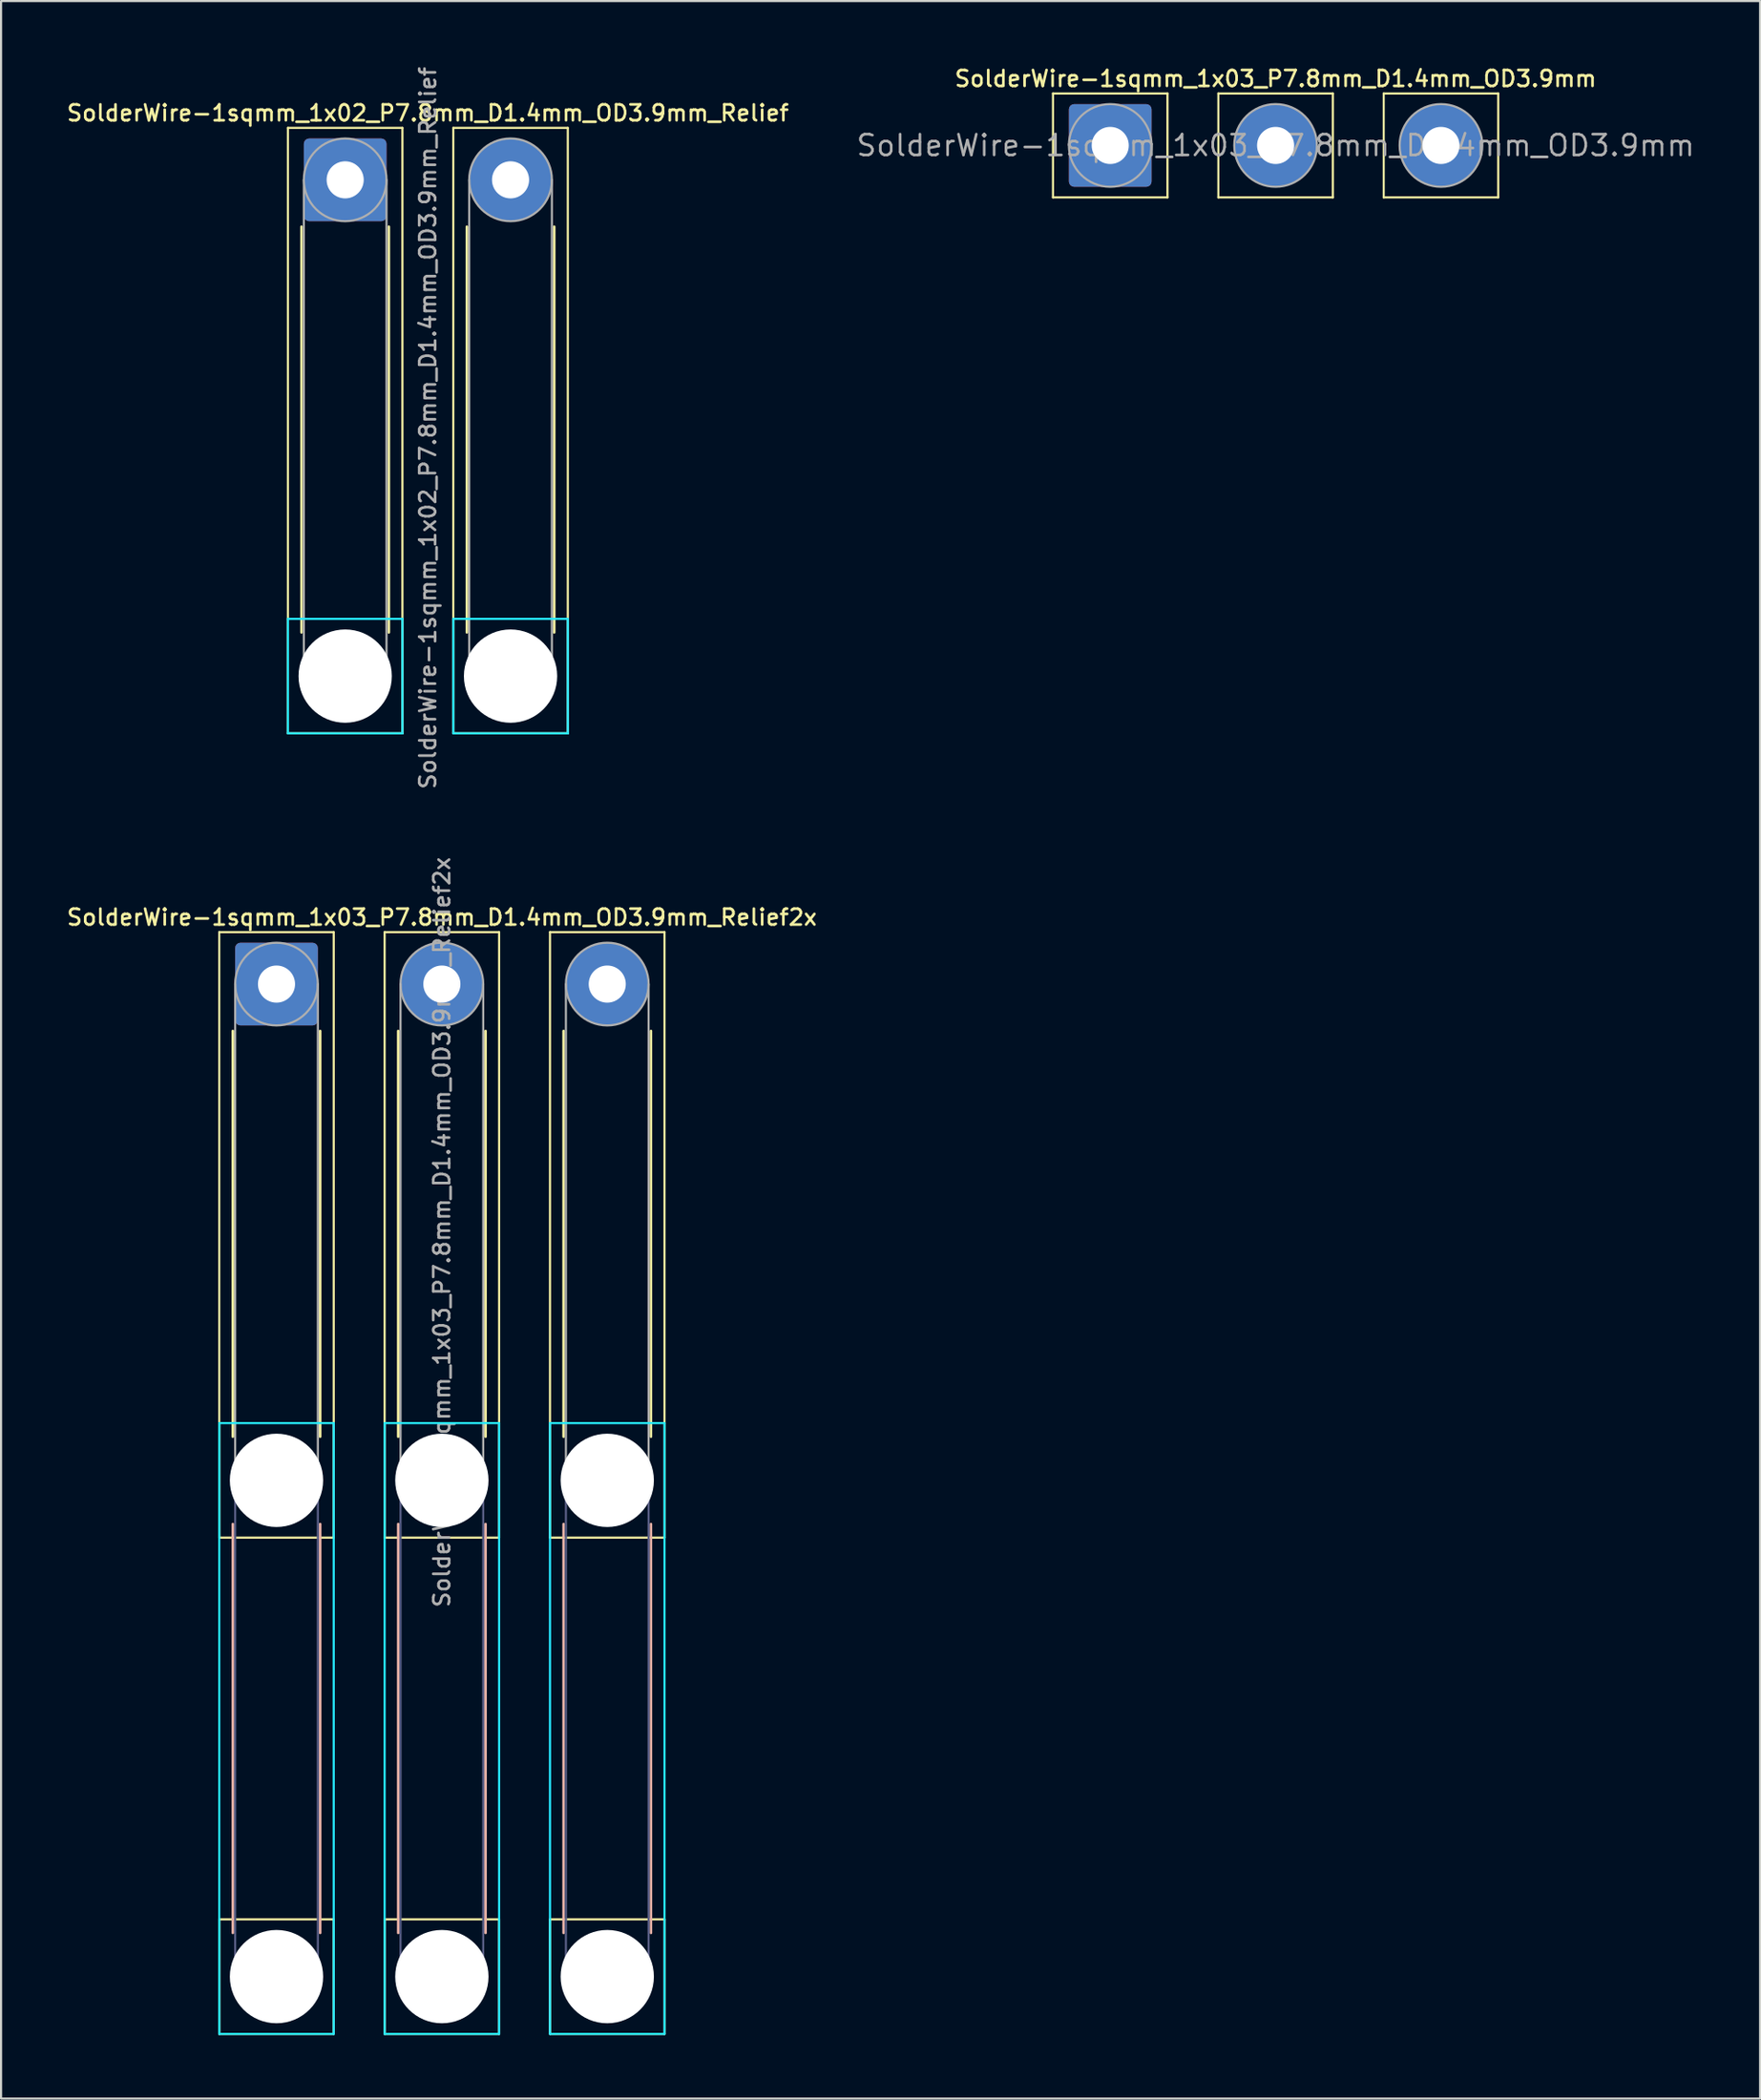
<source format=kicad_pcb>
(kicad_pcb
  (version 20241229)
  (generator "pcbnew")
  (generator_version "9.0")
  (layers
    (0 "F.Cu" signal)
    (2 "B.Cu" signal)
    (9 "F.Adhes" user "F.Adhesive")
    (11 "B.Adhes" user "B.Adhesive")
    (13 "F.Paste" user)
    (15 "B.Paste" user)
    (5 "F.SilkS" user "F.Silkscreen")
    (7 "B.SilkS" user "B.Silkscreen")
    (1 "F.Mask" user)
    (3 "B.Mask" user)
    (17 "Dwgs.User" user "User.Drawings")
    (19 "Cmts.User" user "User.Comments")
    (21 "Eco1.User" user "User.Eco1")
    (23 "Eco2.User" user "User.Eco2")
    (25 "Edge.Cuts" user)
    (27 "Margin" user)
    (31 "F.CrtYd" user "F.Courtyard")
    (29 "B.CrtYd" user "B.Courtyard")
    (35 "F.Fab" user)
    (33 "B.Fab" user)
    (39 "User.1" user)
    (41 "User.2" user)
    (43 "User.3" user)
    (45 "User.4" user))
  (footprint "SolderWire-1sqmm_1x03_P7.8mm_D1.4mm_OD3.9mm"
    (layer "F.Cu")
    (at 49.314 3.808)
    (property "Reference" "SolderWire-1sqmm_1x03_P7.8mm_D1.4mm_OD3.9mm" (at 7.8 -3.15 0) (layer "F.SilkS") (effects (font (size 0.75 0.75) (thickness 0.125))))
    (attr exclude_from_pos_files exclude_from_bom)
    (fp_line (start -2.7 -2.45) (end -2.7 2.45) (stroke (width 0.1) (type solid)) (layer "F.SilkS"))
    (fp_line (start -2.7 2.45) (end 2.7 2.45) (stroke (width 0.1) (type solid)) (layer "F.SilkS"))
    (fp_line (start 2.7 -2.45) (end -2.7 -2.45) (stroke (width 0.1) (type solid)) (layer "F.SilkS"))
    (fp_line (start 2.7 2.45) (end 2.7 -2.45) (stroke (width 0.1) (type solid)) (layer "F.SilkS"))
    (fp_line (start 5.1 -2.45) (end 5.1 2.45) (stroke (width 0.1) (type solid)) (layer "F.SilkS"))
    (fp_line (start 5.1 2.45) (end 10.5 2.45) (stroke (width 0.1) (type solid)) (layer "F.SilkS"))
    (fp_line (start 10.5 -2.45) (end 5.1 -2.45) (stroke (width 0.1) (type solid)) (layer "F.SilkS"))
    (fp_line (start 10.5 2.45) (end 10.5 -2.45) (stroke (width 0.1) (type solid)) (layer "F.SilkS"))
    (fp_line (start 12.9 -2.45) (end 12.9 2.45) (stroke (width 0.1) (type solid)) (layer "F.SilkS"))
    (fp_line (start 12.9 2.45) (end 18.3 2.45) (stroke (width 0.1) (type solid)) (layer "F.SilkS"))
    (fp_line (start 18.3 -2.45) (end 12.9 -2.45) (stroke (width 0.1) (type solid)) (layer "F.SilkS"))
    (fp_line (start 18.3 2.45) (end 18.3 -2.45) (stroke (width 0.1) (type solid)) (layer "F.SilkS"))
    (fp_circle (center 0 0) (end 1.95 0) (stroke (width 0.1) (type solid)) (fill no) (layer "F.Fab"))
    (fp_circle (center 7.8 0) (end 9.75 0) (stroke (width 0.1) (type solid)) (fill no) (layer "F.Fab"))
    (fp_circle (center 15.6 0) (end 17.55 0) (stroke (width 0.1) (type solid)) (fill no) (layer "F.Fab"))
    (fp_text user "${REFERENCE}" (at 7.8 0 0) (layer "F.Fab") (effects (font (size 0.98 0.98) (thickness 0.125))))
    (pad "1" thru_hole roundrect (at 0 0) (size 3.9 3.9) (drill 1.75) (layers "*.Cu" "*.Mask") (roundrect_rratio 0.064))
    (pad "2" thru_hole circle (at 7.8 0) (size 3.9 3.9) (drill 1.75) (layers "*.Cu" "*.Mask"))
    (pad "3" thru_hole circle (at 15.6 0) (size 3.9 3.9) (drill 1.75) (layers "*.Cu" "*.Mask")))
  (footprint "SolderWire-1sqmm_1x02_P7.8mm_D1.4mm_OD3.9mm_Relief"
    (layer "F.Cu")
    (at 13.23 5.43)
    (property "Reference" "SolderWire-1sqmm_1x02_P7.8mm_D1.4mm_OD3.9mm_Relief" (at 3.9 -3.15 0) (layer "F.SilkS") (effects (font (size 0.75 0.75) (thickness 0.125))))
    (attr exclude_from_pos_files exclude_from_bom)
    (fp_line (start -2.7 -2.45) (end -2.7 26.1) (stroke (width 0.1) (type solid)) (layer "F.SilkS"))
    (fp_line (start -2.7 26.1) (end 2.7 26.1) (stroke (width 0.1) (type solid)) (layer "F.SilkS"))
    (fp_line (start -2.06 2.21) (end -2.06 21.34) (stroke (width 0.12) (type solid)) (layer "F.SilkS"))
    (fp_line (start 2.06 2.21) (end 2.06 21.34) (stroke (width 0.12) (type solid)) (layer "F.SilkS"))
    (fp_line (start 2.7 -2.45) (end -2.7 -2.45) (stroke (width 0.1) (type solid)) (layer "F.SilkS"))
    (fp_line (start 2.7 26.1) (end 2.7 -2.45) (stroke (width 0.1) (type solid)) (layer "F.SilkS"))
    (fp_line (start 5.1 -2.45) (end 5.1 26.1) (stroke (width 0.1) (type solid)) (layer "F.SilkS"))
    (fp_line (start 5.1 26.1) (end 10.5 26.1) (stroke (width 0.1) (type solid)) (layer "F.SilkS"))
    (fp_line (start 5.74 2.21) (end 5.74 21.34) (stroke (width 0.12) (type solid)) (layer "F.SilkS"))
    (fp_line (start 9.86 2.21) (end 9.86 21.34) (stroke (width 0.12) (type solid)) (layer "F.SilkS"))
    (fp_line (start 10.5 -2.45) (end 5.1 -2.45) (stroke (width 0.1) (type solid)) (layer "F.SilkS"))
    (fp_line (start 10.5 26.1) (end 10.5 -2.45) (stroke (width 0.1) (type solid)) (layer "F.SilkS"))
    (fp_line (start -2.7 20.7) (end -2.7 26.1) (stroke (width 0.1) (type solid)) (layer "B.CrtYd"))
    (fp_line (start -2.7 26.1) (end 2.7 26.1) (stroke (width 0.1) (type solid)) (layer "B.CrtYd"))
    (fp_line (start 2.7 20.7) (end -2.7 20.7) (stroke (width 0.1) (type solid)) (layer "B.CrtYd"))
    (fp_line (start 2.7 26.1) (end 2.7 20.7) (stroke (width 0.1) (type solid)) (layer "B.CrtYd"))
    (fp_line (start 5.1 20.7) (end 5.1 26.1) (stroke (width 0.1) (type solid)) (layer "B.CrtYd"))
    (fp_line (start 5.1 26.1) (end 10.5 26.1) (stroke (width 0.1) (type solid)) (layer "B.CrtYd"))
    (fp_line (start 10.5 20.7) (end 5.1 20.7) (stroke (width 0.1) (type solid)) (layer "B.CrtYd"))
    (fp_line (start 10.5 26.1) (end 10.5 20.7) (stroke (width 0.1) (type solid)) (layer "B.CrtYd"))
    (fp_line (start -1.95 0) (end -1.95 23.4) (stroke (width 0.1) (type solid)) (layer "F.Fab"))
    (fp_line (start 1.95 0) (end 1.95 23.4) (stroke (width 0.1) (type solid)) (layer "F.Fab"))
    (fp_line (start 5.85 0) (end 5.85 23.4) (stroke (width 0.1) (type solid)) (layer "F.Fab"))
    (fp_line (start 9.75 0) (end 9.75 23.4) (stroke (width 0.1) (type solid)) (layer "F.Fab"))
    (fp_circle (center 0 0) (end 1.95 0) (stroke (width 0.1) (type solid)) (fill no) (layer "F.Fab"))
    (fp_circle (center 0 23.4) (end 1.95 23.4) (stroke (width 0.1) (type solid)) (fill no) (layer "F.Fab"))
    (fp_circle (center 7.8 0) (end 9.75 0) (stroke (width 0.1) (type solid)) (fill no) (layer "F.Fab"))
    (fp_circle (center 7.8 23.4) (end 9.75 23.4) (stroke (width 0.1) (type solid)) (fill no) (layer "F.Fab"))
    (fp_text user "${REFERENCE}" (at 3.9 11.7 90) (layer "F.Fab") (effects (font (size 0.75 0.75) (thickness 0.125))))
    (pad "" np_thru_hole circle (at 0 23.4) (size 4.4 4.4) (drill 4.4) (layers "*.Cu" "*.Mask"))
    (pad "" np_thru_hole circle (at 7.8 23.4) (size 4.4 4.4) (drill 4.4) (layers "*.Cu" "*.Mask"))
    (pad "1" thru_hole roundrect (at 0 0) (size 3.9 3.9) (drill 1.75) (layers "*.Cu" "*.Mask") (roundrect_rratio 0.064))
    (pad "2" thru_hole circle (at 7.8 0) (size 3.9 3.9) (drill 1.75) (layers "*.Cu" "*.Mask")))
  (footprint "SolderWire-1sqmm_1x03_P7.8mm_D1.4mm_OD3.9mm_Relief2x"
    (layer "F.Cu")
    (at 9.991 43.352)
    (property "Reference" "SolderWire-1sqmm_1x03_P7.8mm_D1.4mm_OD3.9mm_Relief2x" (at 7.8 -3.15 0) (layer "F.SilkS") (effects (font (size 0.75 0.75) (thickness 0.125))))
    (attr exclude_from_pos_files exclude_from_bom)
    (fp_line (start -2.7 -2.45) (end -2.7 26.1) (stroke (width 0.1) (type solid)) (layer "F.SilkS"))
    (fp_line (start -2.7 26.1) (end 2.7 26.1) (stroke (width 0.1) (type solid)) (layer "F.SilkS"))
    (fp_line (start -2.7 44.1) (end -2.7 49.5) (stroke (width 0.1) (type solid)) (layer "F.SilkS"))
    (fp_line (start -2.7 49.5) (end 2.7 49.5) (stroke (width 0.1) (type solid)) (layer "F.SilkS"))
    (fp_line (start -2.06 2.21) (end -2.06 21.34) (stroke (width 0.12) (type solid)) (layer "F.SilkS"))
    (fp_line (start 2.06 2.21) (end 2.06 21.34) (stroke (width 0.12) (type solid)) (layer "F.SilkS"))
    (fp_line (start 2.7 -2.45) (end -2.7 -2.45) (stroke (width 0.1) (type solid)) (layer "F.SilkS"))
    (fp_line (start 2.7 26.1) (end 2.7 -2.45) (stroke (width 0.1) (type solid)) (layer "F.SilkS"))
    (fp_line (start 2.7 44.1) (end -2.7 44.1) (stroke (width 0.1) (type solid)) (layer "F.SilkS"))
    (fp_line (start 2.7 49.5) (end 2.7 44.1) (stroke (width 0.1) (type solid)) (layer "F.SilkS"))
    (fp_line (start 5.1 -2.45) (end 5.1 26.1) (stroke (width 0.1) (type solid)) (layer "F.SilkS"))
    (fp_line (start 5.1 26.1) (end 10.5 26.1) (stroke (width 0.1) (type solid)) (layer "F.SilkS"))
    (fp_line (start 5.1 44.1) (end 5.1 49.5) (stroke (width 0.1) (type solid)) (layer "F.SilkS"))
    (fp_line (start 5.1 49.5) (end 10.5 49.5) (stroke (width 0.1) (type solid)) (layer "F.SilkS"))
    (fp_line (start 5.74 2.21) (end 5.74 21.34) (stroke (width 0.12) (type solid)) (layer "F.SilkS"))
    (fp_line (start 9.86 2.21) (end 9.86 21.34) (stroke (width 0.12) (type solid)) (layer "F.SilkS"))
    (fp_line (start 10.5 -2.45) (end 5.1 -2.45) (stroke (width 0.1) (type solid)) (layer "F.SilkS"))
    (fp_line (start 10.5 26.1) (end 10.5 -2.45) (stroke (width 0.1) (type solid)) (layer "F.SilkS"))
    (fp_line (start 10.5 44.1) (end 5.1 44.1) (stroke (width 0.1) (type solid)) (layer "F.SilkS"))
    (fp_line (start 10.5 49.5) (end 10.5 44.1) (stroke (width 0.1) (type solid)) (layer "F.SilkS"))
    (fp_line (start 12.9 -2.45) (end 12.9 26.1) (stroke (width 0.1) (type solid)) (layer "F.SilkS"))
    (fp_line (start 12.9 26.1) (end 18.3 26.1) (stroke (width 0.1) (type solid)) (layer "F.SilkS"))
    (fp_line (start 12.9 44.1) (end 12.9 49.5) (stroke (width 0.1) (type solid)) (layer "F.SilkS"))
    (fp_line (start 12.9 49.5) (end 18.3 49.5) (stroke (width 0.1) (type solid)) (layer "F.SilkS"))
    (fp_line (start 13.54 2.21) (end 13.54 21.34) (stroke (width 0.12) (type solid)) (layer "F.SilkS"))
    (fp_line (start 17.66 2.21) (end 17.66 21.34) (stroke (width 0.12) (type solid)) (layer "F.SilkS"))
    (fp_line (start 18.3 -2.45) (end 12.9 -2.45) (stroke (width 0.1) (type solid)) (layer "F.SilkS"))
    (fp_line (start 18.3 26.1) (end 18.3 -2.45) (stroke (width 0.1) (type solid)) (layer "F.SilkS"))
    (fp_line (start 18.3 44.1) (end 12.9 44.1) (stroke (width 0.1) (type solid)) (layer "F.SilkS"))
    (fp_line (start 18.3 49.5) (end 18.3 44.1) (stroke (width 0.1) (type solid)) (layer "F.SilkS"))
    (fp_line (start -2.06 25.46) (end -2.06 44.74) (stroke (width 0.12) (type solid)) (layer "B.SilkS"))
    (fp_line (start 2.06 25.46) (end 2.06 44.74) (stroke (width 0.12) (type solid)) (layer "B.SilkS"))
    (fp_line (start 5.74 25.46) (end 5.74 44.74) (stroke (width 0.12) (type solid)) (layer "B.SilkS"))
    (fp_line (start 9.86 25.46) (end 9.86 44.74) (stroke (width 0.12) (type solid)) (layer "B.SilkS"))
    (fp_line (start 13.54 25.46) (end 13.54 44.74) (stroke (width 0.12) (type solid)) (layer "B.SilkS"))
    (fp_line (start 17.66 25.46) (end 17.66 44.74) (stroke (width 0.12) (type solid)) (layer "B.SilkS"))
    (fp_line (start -2.7 20.7) (end -2.7 49.5) (stroke (width 0.1) (type solid)) (layer "B.CrtYd"))
    (fp_line (start -2.7 49.5) (end 2.7 49.5) (stroke (width 0.1) (type solid)) (layer "B.CrtYd"))
    (fp_line (start 2.7 20.7) (end -2.7 20.7) (stroke (width 0.1) (type solid)) (layer "B.CrtYd"))
    (fp_line (start 2.7 49.5) (end 2.7 20.7) (stroke (width 0.1) (type solid)) (layer "B.CrtYd"))
    (fp_line (start 5.1 20.7) (end 5.1 49.5) (stroke (width 0.1) (type solid)) (layer "B.CrtYd"))
    (fp_line (start 5.1 49.5) (end 10.5 49.5) (stroke (width 0.1) (type solid)) (layer "B.CrtYd"))
    (fp_line (start 10.5 20.7) (end 5.1 20.7) (stroke (width 0.1) (type solid)) (layer "B.CrtYd"))
    (fp_line (start 10.5 49.5) (end 10.5 20.7) (stroke (width 0.1) (type solid)) (layer "B.CrtYd"))
    (fp_line (start 12.9 20.7) (end 12.9 49.5) (stroke (width 0.1) (type solid)) (layer "B.CrtYd"))
    (fp_line (start 12.9 49.5) (end 18.3 49.5) (stroke (width 0.1) (type solid)) (layer "B.CrtYd"))
    (fp_line (start 18.3 20.7) (end 12.9 20.7) (stroke (width 0.1) (type solid)) (layer "B.CrtYd"))
    (fp_line (start 18.3 49.5) (end 18.3 20.7) (stroke (width 0.1) (type solid)) (layer "B.CrtYd"))
    (fp_line (start -1.95 23.4) (end -1.95 46.8) (stroke (width 0.1) (type solid)) (layer "B.Fab"))
    (fp_line (start 1.95 23.4) (end 1.95 46.8) (stroke (width 0.1) (type solid)) (layer "B.Fab"))
    (fp_line (start 5.85 23.4) (end 5.85 46.8) (stroke (width 0.1) (type solid)) (layer "B.Fab"))
    (fp_line (start 9.75 23.4) (end 9.75 46.8) (stroke (width 0.1) (type solid)) (layer "B.Fab"))
    (fp_line (start 13.65 23.4) (end 13.65 46.8) (stroke (width 0.1) (type solid)) (layer "B.Fab"))
    (fp_line (start 17.55 23.4) (end 17.55 46.8) (stroke (width 0.1) (type solid)) (layer "B.Fab"))
    (fp_circle (center 0 23.4) (end 1.95 23.4) (stroke (width 0.1) (type solid)) (fill no) (layer "B.Fab"))
    (fp_circle (center 0 46.8) (end 1.95 46.8) (stroke (width 0.1) (type solid)) (fill no) (layer "B.Fab"))
    (fp_circle (center 7.8 23.4) (end 9.75 23.4) (stroke (width 0.1) (type solid)) (fill no) (layer "B.Fab"))
    (fp_circle (center 7.8 46.8) (end 9.75 46.8) (stroke (width 0.1) (type solid)) (fill no) (layer "B.Fab"))
    (fp_circle (center 15.6 23.4) (end 17.55 23.4) (stroke (width 0.1) (type solid)) (fill no) (layer "B.Fab"))
    (fp_circle (center 15.6 46.8) (end 17.55 46.8) (stroke (width 0.1) (type solid)) (fill no) (layer "B.Fab"))
    (fp_line (start -1.95 0) (end -1.95 23.4) (stroke (width 0.1) (type solid)) (layer "F.Fab"))
    (fp_line (start 1.95 0) (end 1.95 23.4) (stroke (width 0.1) (type solid)) (layer "F.Fab"))
    (fp_line (start 5.85 0) (end 5.85 23.4) (stroke (width 0.1) (type solid)) (layer "F.Fab"))
    (fp_line (start 9.75 0) (end 9.75 23.4) (stroke (width 0.1) (type solid)) (layer "F.Fab"))
    (fp_line (start 13.65 0) (end 13.65 23.4) (stroke (width 0.1) (type solid)) (layer "F.Fab"))
    (fp_line (start 17.55 0) (end 17.55 23.4) (stroke (width 0.1) (type solid)) (layer "F.Fab"))
    (fp_circle (center 0 0) (end 1.95 0) (stroke (width 0.1) (type solid)) (fill no) (layer "F.Fab"))
    (fp_circle (center 0 23.4) (end 1.95 23.4) (stroke (width 0.1) (type solid)) (fill no) (layer "F.Fab"))
    (fp_circle (center 0 46.8) (end 1.95 46.8) (stroke (width 0.1) (type solid)) (fill no) (layer "F.Fab"))
    (fp_circle (center 7.8 0) (end 9.75 0) (stroke (width 0.1) (type solid)) (fill no) (layer "F.Fab"))
    (fp_circle (center 7.8 23.4) (end 9.75 23.4) (stroke (width 0.1) (type solid)) (fill no) (layer "F.Fab"))
    (fp_circle (center 7.8 46.8) (end 9.75 46.8) (stroke (width 0.1) (type solid)) (fill no) (layer "F.Fab"))
    (fp_circle (center 15.6 0) (end 17.55 0) (stroke (width 0.1) (type solid)) (fill no) (layer "F.Fab"))
    (fp_circle (center 15.6 23.4) (end 17.55 23.4) (stroke (width 0.1) (type solid)) (fill no) (layer "F.Fab"))
    (fp_circle (center 15.6 46.8) (end 17.55 46.8) (stroke (width 0.1) (type solid)) (fill no) (layer "F.Fab"))
    (fp_text user "${REFERENCE}" (at 7.8 11.7 90) (layer "F.Fab") (effects (font (size 0.75 0.75) (thickness 0.125))))
    (pad "" np_thru_hole circle (at 0 23.4) (size 4.4 4.4) (drill 4.4) (layers "*.Cu" "*.Mask"))
    (pad "" np_thru_hole circle (at 0 46.8) (size 4.4 4.4) (drill 4.4) (layers "*.Cu" "*.Mask"))
    (pad "" np_thru_hole circle (at 7.8 23.4) (size 4.4 4.4) (drill 4.4) (layers "*.Cu" "*.Mask"))
    (pad "" np_thru_hole circle (at 7.8 46.8) (size 4.4 4.4) (drill 4.4) (layers "*.Cu" "*.Mask"))
    (pad "" np_thru_hole circle (at 15.6 23.4) (size 4.4 4.4) (drill 4.4) (layers "*.Cu" "*.Mask"))
    (pad "" np_thru_hole circle (at 15.6 46.8) (size 4.4 4.4) (drill 4.4) (layers "*.Cu" "*.Mask"))
    (pad "1" thru_hole roundrect (at 0 0) (size 3.9 3.9) (drill 1.75) (layers "*.Cu" "*.Mask") (roundrect_rratio 0.064))
    (pad "2" thru_hole circle (at 7.8 0) (size 3.9 3.9) (drill 1.75) (layers "*.Cu" "*.Mask"))
    (pad "3" thru_hole circle (at 15.6 0) (size 3.9 3.9) (drill 1.75) (layers "*.Cu" "*.Mask")))
  (gr_rect
    (start -3 -3)
    (end 79.966 95.902)
    (stroke (width 0.1) (type default))
    (fill no)
    (layer "Edge.Cuts")))
</source>
